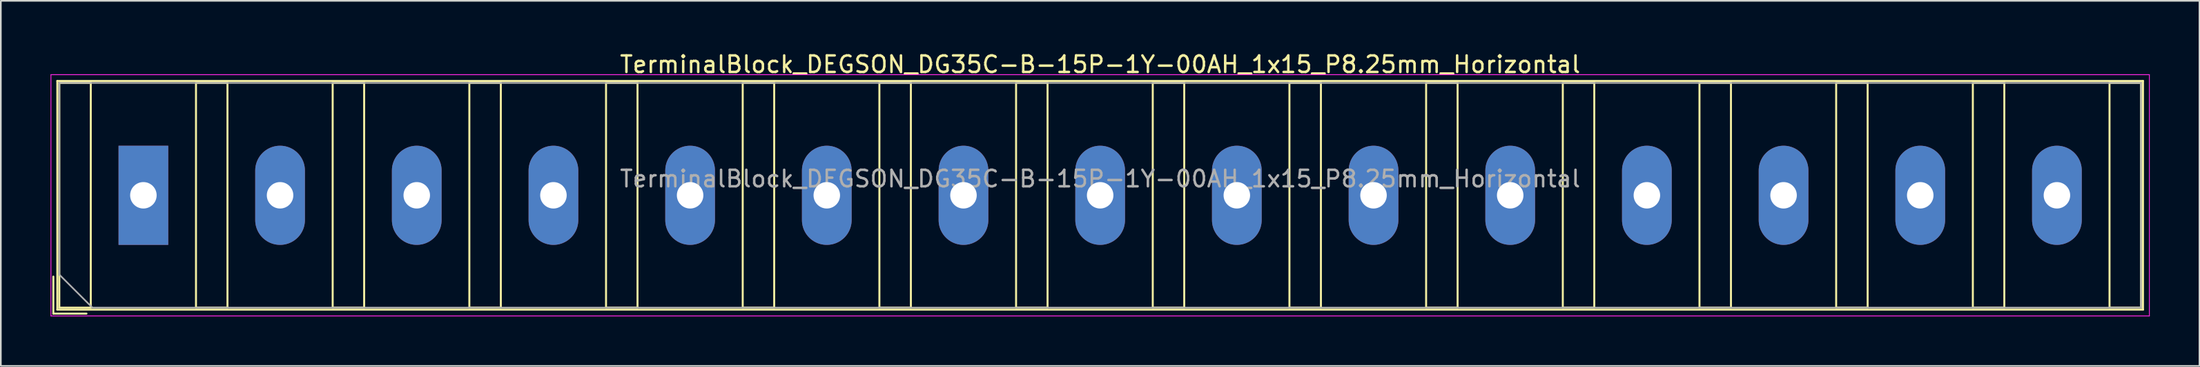
<source format=kicad_pcb>
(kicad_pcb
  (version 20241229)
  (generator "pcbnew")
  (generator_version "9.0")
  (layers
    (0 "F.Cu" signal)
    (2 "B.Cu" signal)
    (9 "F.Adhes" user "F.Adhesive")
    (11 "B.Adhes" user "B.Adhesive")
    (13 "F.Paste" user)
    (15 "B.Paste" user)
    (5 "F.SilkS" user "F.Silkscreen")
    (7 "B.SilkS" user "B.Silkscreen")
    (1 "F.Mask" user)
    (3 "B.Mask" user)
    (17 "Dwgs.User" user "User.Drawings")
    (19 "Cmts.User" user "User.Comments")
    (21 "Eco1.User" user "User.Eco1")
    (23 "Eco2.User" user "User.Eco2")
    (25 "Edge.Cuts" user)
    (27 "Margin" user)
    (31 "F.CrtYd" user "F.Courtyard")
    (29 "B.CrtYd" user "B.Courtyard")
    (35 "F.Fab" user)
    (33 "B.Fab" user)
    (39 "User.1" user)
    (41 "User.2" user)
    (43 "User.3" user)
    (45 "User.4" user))
  (footprint "TerminalBlock_DEGSON_DG35C-B-15P-1Y-00AH_1x15_P8.25mm_Horizontal"
    (layer "F.Cu")
    (at 5.605 8.768)
    (property "Reference" "TerminalBlock_DEGSON_DG35C-B-15P-1Y-00AH_1x15_P8.25mm_Horizontal" (at 57.75 -7.92 0) (layer "F.SilkS") (effects (font (size 1 1) (thickness 0.15))))
    (attr through_hole)
    (fp_line (start -1.98 -3.48) (end -1.98 3.48) (stroke (width 0.01) (type solid)) (layer "F.Mask"))
    (fp_line (start -1.98 3.48) (end 1.98 3.48) (stroke (width 0.01) (type solid)) (layer "F.Mask"))
    (fp_line (start 1.98 -3.48) (end -1.98 -3.48) (stroke (width 0.01) (type solid)) (layer "F.Mask"))
    (fp_line (start 1.98 3.48) (end 1.98 -3.48) (stroke (width 0.01) (type solid)) (layer "F.Mask"))
    (fp_line (start 6.27 -3.48) (end 6.27 3.48) (stroke (width 0.01) (type solid)) (layer "F.Mask"))
    (fp_line (start 6.27 3.48) (end 10.23 3.48) (stroke (width 0.01) (type solid)) (layer "F.Mask"))
    (fp_line (start 10.23 -3.48) (end 6.27 -3.48) (stroke (width 0.01) (type solid)) (layer "F.Mask"))
    (fp_line (start 10.23 3.48) (end 10.23 -3.48) (stroke (width 0.01) (type solid)) (layer "F.Mask"))
    (fp_line (start 14.52 -3.48) (end 14.52 3.48) (stroke (width 0.01) (type solid)) (layer "F.Mask"))
    (fp_line (start 14.52 3.48) (end 18.48 3.48) (stroke (width 0.01) (type solid)) (layer "F.Mask"))
    (fp_line (start 18.48 -3.48) (end 14.52 -3.48) (stroke (width 0.01) (type solid)) (layer "F.Mask"))
    (fp_line (start 18.48 3.48) (end 18.48 -3.48) (stroke (width 0.01) (type solid)) (layer "F.Mask"))
    (fp_line (start 22.77 -3.48) (end 22.77 3.48) (stroke (width 0.01) (type solid)) (layer "F.Mask"))
    (fp_line (start 22.77 3.48) (end 26.73 3.48) (stroke (width 0.01) (type solid)) (layer "F.Mask"))
    (fp_line (start 26.73 -3.48) (end 22.77 -3.48) (stroke (width 0.01) (type solid)) (layer "F.Mask"))
    (fp_line (start 26.73 3.48) (end 26.73 -3.48) (stroke (width 0.01) (type solid)) (layer "F.Mask"))
    (fp_line (start 31.02 -3.48) (end 31.02 3.48) (stroke (width 0.01) (type solid)) (layer "F.Mask"))
    (fp_line (start 31.02 3.48) (end 34.98 3.48) (stroke (width 0.01) (type solid)) (layer "F.Mask"))
    (fp_line (start 34.98 -3.48) (end 31.02 -3.48) (stroke (width 0.01) (type solid)) (layer "F.Mask"))
    (fp_line (start 34.98 3.48) (end 34.98 -3.48) (stroke (width 0.01) (type solid)) (layer "F.Mask"))
    (fp_line (start 39.27 -3.48) (end 39.27 3.48) (stroke (width 0.01) (type solid)) (layer "F.Mask"))
    (fp_line (start 39.27 3.48) (end 43.23 3.48) (stroke (width 0.01) (type solid)) (layer "F.Mask"))
    (fp_line (start 43.23 -3.48) (end 39.27 -3.48) (stroke (width 0.01) (type solid)) (layer "F.Mask"))
    (fp_line (start 43.23 3.48) (end 43.23 -3.48) (stroke (width 0.01) (type solid)) (layer "F.Mask"))
    (fp_line (start 47.52 -3.48) (end 47.52 3.48) (stroke (width 0.01) (type solid)) (layer "F.Mask"))
    (fp_line (start 47.52 3.48) (end 51.48 3.48) (stroke (width 0.01) (type solid)) (layer "F.Mask"))
    (fp_line (start 51.48 -3.48) (end 47.52 -3.48) (stroke (width 0.01) (type solid)) (layer "F.Mask"))
    (fp_line (start 51.48 3.48) (end 51.48 -3.48) (stroke (width 0.01) (type solid)) (layer "F.Mask"))
    (fp_line (start 55.77 -3.48) (end 55.77 3.48) (stroke (width 0.01) (type solid)) (layer "F.Mask"))
    (fp_line (start 55.77 3.48) (end 59.73 3.48) (stroke (width 0.01) (type solid)) (layer "F.Mask"))
    (fp_line (start 59.73 -3.48) (end 55.77 -3.48) (stroke (width 0.01) (type solid)) (layer "F.Mask"))
    (fp_line (start 59.73 3.48) (end 59.73 -3.48) (stroke (width 0.01) (type solid)) (layer "F.Mask"))
    (fp_line (start 64.02 -3.48) (end 64.02 3.48) (stroke (width 0.01) (type solid)) (layer "F.Mask"))
    (fp_line (start 64.02 3.48) (end 67.98 3.48) (stroke (width 0.01) (type solid)) (layer "F.Mask"))
    (fp_line (start 67.98 -3.48) (end 64.02 -3.48) (stroke (width 0.01) (type solid)) (layer "F.Mask"))
    (fp_line (start 67.98 3.48) (end 67.98 -3.48) (stroke (width 0.01) (type solid)) (layer "F.Mask"))
    (fp_line (start 72.27 -3.48) (end 72.27 3.48) (stroke (width 0.01) (type solid)) (layer "F.Mask"))
    (fp_line (start 72.27 3.48) (end 76.23 3.48) (stroke (width 0.01) (type solid)) (layer "F.Mask"))
    (fp_line (start 76.23 -3.48) (end 72.27 -3.48) (stroke (width 0.01) (type solid)) (layer "F.Mask"))
    (fp_line (start 76.23 3.48) (end 76.23 -3.48) (stroke (width 0.01) (type solid)) (layer "F.Mask"))
    (fp_line (start 80.52 -3.48) (end 80.52 3.48) (stroke (width 0.01) (type solid)) (layer "F.Mask"))
    (fp_line (start 80.52 3.48) (end 84.48 3.48) (stroke (width 0.01) (type solid)) (layer "F.Mask"))
    (fp_line (start 84.48 -3.48) (end 80.52 -3.48) (stroke (width 0.01) (type solid)) (layer "F.Mask"))
    (fp_line (start 84.48 3.48) (end 84.48 -3.48) (stroke (width 0.01) (type solid)) (layer "F.Mask"))
    (fp_line (start 88.77 -3.48) (end 88.77 3.48) (stroke (width 0.01) (type solid)) (layer "F.Mask"))
    (fp_line (start 88.77 3.48) (end 92.73 3.48) (stroke (width 0.01) (type solid)) (layer "F.Mask"))
    (fp_line (start 92.73 -3.48) (end 88.77 -3.48) (stroke (width 0.01) (type solid)) (layer "F.Mask"))
    (fp_line (start 92.73 3.48) (end 92.73 -3.48) (stroke (width 0.01) (type solid)) (layer "F.Mask"))
    (fp_line (start 97.02 -3.48) (end 97.02 3.48) (stroke (width 0.01) (type solid)) (layer "F.Mask"))
    (fp_line (start 97.02 3.48) (end 100.98 3.48) (stroke (width 0.01) (type solid)) (layer "F.Mask"))
    (fp_line (start 100.98 -3.48) (end 97.02 -3.48) (stroke (width 0.01) (type solid)) (layer "F.Mask"))
    (fp_line (start 100.98 3.48) (end 100.98 -3.48) (stroke (width 0.01) (type solid)) (layer "F.Mask"))
    (fp_line (start 105.27 -3.48) (end 105.27 3.48) (stroke (width 0.01) (type solid)) (layer "F.Mask"))
    (fp_line (start 105.27 3.48) (end 109.23 3.48) (stroke (width 0.01) (type solid)) (layer "F.Mask"))
    (fp_line (start 109.23 -3.48) (end 105.27 -3.48) (stroke (width 0.01) (type solid)) (layer "F.Mask"))
    (fp_line (start 109.23 3.48) (end 109.23 -3.48) (stroke (width 0.01) (type solid)) (layer "F.Mask"))
    (fp_line (start 113.52 -3.48) (end 113.52 3.48) (stroke (width 0.01) (type solid)) (layer "F.Mask"))
    (fp_line (start 113.52 3.48) (end 117.48 3.48) (stroke (width 0.01) (type solid)) (layer "F.Mask"))
    (fp_line (start 117.48 -3.48) (end 113.52 -3.48) (stroke (width 0.01) (type solid)) (layer "F.Mask"))
    (fp_line (start 117.48 3.48) (end 117.48 -3.48) (stroke (width 0.01) (type solid)) (layer "F.Mask"))
    (fp_line (start -5.435 4.92) (end -5.435 7.16) (stroke (width 0.12) (type solid)) (layer "F.SilkS"))
    (fp_line (start -5.435 7.16) (end -3.435 7.16) (stroke (width 0.12) (type solid)) (layer "F.SilkS"))
    (fp_line (start -5.195 -6.92) (end -5.195 6.92) (stroke (width 0.12) (type solid)) (layer "F.SilkS"))
    (fp_line (start -5.195 -6.92) (end 120.695 -6.92) (stroke (width 0.12) (type solid)) (layer "F.SilkS"))
    (fp_line (start -5.195 6.92) (end 120.695 6.92) (stroke (width 0.12) (type solid)) (layer "F.SilkS"))
    (fp_line (start -5.075 -6.8) (end -5.075 6.8) (stroke (width 0.12) (type solid)) (layer "F.SilkS"))
    (fp_line (start -5.075 6.8) (end -3.175 6.8) (stroke (width 0.12) (type solid)) (layer "F.SilkS"))
    (fp_line (start -3.175 -6.8) (end -5.075 -6.8) (stroke (width 0.12) (type solid)) (layer "F.SilkS"))
    (fp_line (start -3.175 6.8) (end -3.175 -6.8) (stroke (width 0.12) (type solid)) (layer "F.SilkS"))
    (fp_line (start 3.175 -6.8) (end 3.175 6.8) (stroke (width 0.12) (type solid)) (layer "F.SilkS"))
    (fp_line (start 3.175 6.8) (end 5.075 6.8) (stroke (width 0.12) (type solid)) (layer "F.SilkS"))
    (fp_line (start 5.075 -6.8) (end 3.175 -6.8) (stroke (width 0.12) (type solid)) (layer "F.SilkS"))
    (fp_line (start 5.075 6.8) (end 5.075 -6.8) (stroke (width 0.12) (type solid)) (layer "F.SilkS"))
    (fp_line (start 11.425 -6.8) (end 11.425 6.8) (stroke (width 0.12) (type solid)) (layer "F.SilkS"))
    (fp_line (start 11.425 6.8) (end 13.325 6.8) (stroke (width 0.12) (type solid)) (layer "F.SilkS"))
    (fp_line (start 13.325 -6.8) (end 11.425 -6.8) (stroke (width 0.12) (type solid)) (layer "F.SilkS"))
    (fp_line (start 13.325 6.8) (end 13.325 -6.8) (stroke (width 0.12) (type solid)) (layer "F.SilkS"))
    (fp_line (start 19.675 -6.8) (end 19.675 6.8) (stroke (width 0.12) (type solid)) (layer "F.SilkS"))
    (fp_line (start 19.675 6.8) (end 21.575 6.8) (stroke (width 0.12) (type solid)) (layer "F.SilkS"))
    (fp_line (start 21.575 -6.8) (end 19.675 -6.8) (stroke (width 0.12) (type solid)) (layer "F.SilkS"))
    (fp_line (start 21.575 6.8) (end 21.575 -6.8) (stroke (width 0.12) (type solid)) (layer "F.SilkS"))
    (fp_line (start 27.925 -6.8) (end 27.925 6.8) (stroke (width 0.12) (type solid)) (layer "F.SilkS"))
    (fp_line (start 27.925 6.8) (end 29.825 6.8) (stroke (width 0.12) (type solid)) (layer "F.SilkS"))
    (fp_line (start 29.825 -6.8) (end 27.925 -6.8) (stroke (width 0.12) (type solid)) (layer "F.SilkS"))
    (fp_line (start 29.825 6.8) (end 29.825 -6.8) (stroke (width 0.12) (type solid)) (layer "F.SilkS"))
    (fp_line (start 36.175 -6.8) (end 36.175 6.8) (stroke (width 0.12) (type solid)) (layer "F.SilkS"))
    (fp_line (start 36.175 6.8) (end 38.075 6.8) (stroke (width 0.12) (type solid)) (layer "F.SilkS"))
    (fp_line (start 38.075 -6.8) (end 36.175 -6.8) (stroke (width 0.12) (type solid)) (layer "F.SilkS"))
    (fp_line (start 38.075 6.8) (end 38.075 -6.8) (stroke (width 0.12) (type solid)) (layer "F.SilkS"))
    (fp_line (start 44.425 -6.8) (end 44.425 6.8) (stroke (width 0.12) (type solid)) (layer "F.SilkS"))
    (fp_line (start 44.425 6.8) (end 46.325 6.8) (stroke (width 0.12) (type solid)) (layer "F.SilkS"))
    (fp_line (start 46.325 -6.8) (end 44.425 -6.8) (stroke (width 0.12) (type solid)) (layer "F.SilkS"))
    (fp_line (start 46.325 6.8) (end 46.325 -6.8) (stroke (width 0.12) (type solid)) (layer "F.SilkS"))
    (fp_line (start 52.675 -6.8) (end 52.675 6.8) (stroke (width 0.12) (type solid)) (layer "F.SilkS"))
    (fp_line (start 52.675 6.8) (end 54.575 6.8) (stroke (width 0.12) (type solid)) (layer "F.SilkS"))
    (fp_line (start 54.575 -6.8) (end 52.675 -6.8) (stroke (width 0.12) (type solid)) (layer "F.SilkS"))
    (fp_line (start 54.575 6.8) (end 54.575 -6.8) (stroke (width 0.12) (type solid)) (layer "F.SilkS"))
    (fp_line (start 60.925 -6.8) (end 60.925 6.8) (stroke (width 0.12) (type solid)) (layer "F.SilkS"))
    (fp_line (start 60.925 6.8) (end 62.825 6.8) (stroke (width 0.12) (type solid)) (layer "F.SilkS"))
    (fp_line (start 62.825 -6.8) (end 60.925 -6.8) (stroke (width 0.12) (type solid)) (layer "F.SilkS"))
    (fp_line (start 62.825 6.8) (end 62.825 -6.8) (stroke (width 0.12) (type solid)) (layer "F.SilkS"))
    (fp_line (start 69.175 -6.8) (end 69.175 6.8) (stroke (width 0.12) (type solid)) (layer "F.SilkS"))
    (fp_line (start 69.175 6.8) (end 71.075 6.8) (stroke (width 0.12) (type solid)) (layer "F.SilkS"))
    (fp_line (start 71.075 -6.8) (end 69.175 -6.8) (stroke (width 0.12) (type solid)) (layer "F.SilkS"))
    (fp_line (start 71.075 6.8) (end 71.075 -6.8) (stroke (width 0.12) (type solid)) (layer "F.SilkS"))
    (fp_line (start 77.425 -6.8) (end 77.425 6.8) (stroke (width 0.12) (type solid)) (layer "F.SilkS"))
    (fp_line (start 77.425 6.8) (end 79.325 6.8) (stroke (width 0.12) (type solid)) (layer "F.SilkS"))
    (fp_line (start 79.325 -6.8) (end 77.425 -6.8) (stroke (width 0.12) (type solid)) (layer "F.SilkS"))
    (fp_line (start 79.325 6.8) (end 79.325 -6.8) (stroke (width 0.12) (type solid)) (layer "F.SilkS"))
    (fp_line (start 85.675 -6.8) (end 85.675 6.8) (stroke (width 0.12) (type solid)) (layer "F.SilkS"))
    (fp_line (start 85.675 6.8) (end 87.575 6.8) (stroke (width 0.12) (type solid)) (layer "F.SilkS"))
    (fp_line (start 87.575 -6.8) (end 85.675 -6.8) (stroke (width 0.12) (type solid)) (layer "F.SilkS"))
    (fp_line (start 87.575 6.8) (end 87.575 -6.8) (stroke (width 0.12) (type solid)) (layer "F.SilkS"))
    (fp_line (start 93.925 -6.8) (end 93.925 6.8) (stroke (width 0.12) (type solid)) (layer "F.SilkS"))
    (fp_line (start 93.925 6.8) (end 95.825 6.8) (stroke (width 0.12) (type solid)) (layer "F.SilkS"))
    (fp_line (start 95.825 -6.8) (end 93.925 -6.8) (stroke (width 0.12) (type solid)) (layer "F.SilkS"))
    (fp_line (start 95.825 6.8) (end 95.825 -6.8) (stroke (width 0.12) (type solid)) (layer "F.SilkS"))
    (fp_line (start 102.175 -6.8) (end 102.175 6.8) (stroke (width 0.12) (type solid)) (layer "F.SilkS"))
    (fp_line (start 102.175 6.8) (end 104.075 6.8) (stroke (width 0.12) (type solid)) (layer "F.SilkS"))
    (fp_line (start 104.075 -6.8) (end 102.175 -6.8) (stroke (width 0.12) (type solid)) (layer "F.SilkS"))
    (fp_line (start 104.075 6.8) (end 104.075 -6.8) (stroke (width 0.12) (type solid)) (layer "F.SilkS"))
    (fp_line (start 110.425 -6.8) (end 110.425 6.8) (stroke (width 0.12) (type solid)) (layer "F.SilkS"))
    (fp_line (start 110.425 6.8) (end 112.325 6.8) (stroke (width 0.12) (type solid)) (layer "F.SilkS"))
    (fp_line (start 112.325 -6.8) (end 110.425 -6.8) (stroke (width 0.12) (type solid)) (layer "F.SilkS"))
    (fp_line (start 112.325 6.8) (end 112.325 -6.8) (stroke (width 0.12) (type solid)) (layer "F.SilkS"))
    (fp_line (start 118.675 -6.8) (end 118.675 6.8) (stroke (width 0.12) (type solid)) (layer "F.SilkS"))
    (fp_line (start 118.675 6.8) (end 120.575 6.8) (stroke (width 0.12) (type solid)) (layer "F.SilkS"))
    (fp_line (start 120.575 -6.8) (end 118.675 -6.8) (stroke (width 0.12) (type solid)) (layer "F.SilkS"))
    (fp_line (start 120.575 6.8) (end 120.575 -6.8) (stroke (width 0.12) (type solid)) (layer "F.SilkS"))
    (fp_line (start 120.695 -6.92) (end 120.695 6.92) (stroke (width 0.12) (type solid)) (layer "F.SilkS"))
    (fp_line (start -5.58 -7.3) (end -5.58 7.3) (stroke (width 0.05) (type solid)) (layer "F.CrtYd"))
    (fp_line (start -5.58 7.3) (end 121.08 7.3) (stroke (width 0.05) (type solid)) (layer "F.CrtYd"))
    (fp_line (start 121.08 -7.3) (end -5.58 -7.3) (stroke (width 0.05) (type solid)) (layer "F.CrtYd"))
    (fp_line (start 121.08 7.3) (end 121.08 -7.3) (stroke (width 0.05) (type solid)) (layer "F.CrtYd"))
    (fp_line (start -5.075 -6.8) (end 120.575 -6.8) (stroke (width 0.1) (type solid)) (layer "F.Fab"))
    (fp_line (start -5.075 4.8) (end -5.075 -6.8) (stroke (width 0.1) (type solid)) (layer "F.Fab"))
    (fp_line (start -3.075 6.8) (end -5.075 4.8) (stroke (width 0.1) (type solid)) (layer "F.Fab"))
    (fp_line (start 120.575 -6.8) (end 120.575 6.8) (stroke (width 0.1) (type solid)) (layer "F.Fab"))
    (fp_line (start 120.575 6.8) (end -3.075 6.8) (stroke (width 0.1) (type solid)) (layer "F.Fab"))
    (fp_text user "${REFERENCE}" (at 57.75 -1 0) (layer "F.Fab") (effects (font (size 1 1) (thickness 0.15))))
    (pad "1" thru_hole rect (at 0 0) (size 3 6) (drill 1.6) (layers "*.Cu" "*.Mask"))
    (pad "2" thru_hole oval (at 8.25 0) (size 3 6) (drill 1.6) (layers "*.Cu" "*.Mask"))
    (pad "3" thru_hole oval (at 16.5 0) (size 3 6) (drill 1.6) (layers "*.Cu" "*.Mask"))
    (pad "4" thru_hole oval (at 24.75 0) (size 3 6) (drill 1.6) (layers "*.Cu" "*.Mask"))
    (pad "5" thru_hole oval (at 33 0) (size 3 6) (drill 1.6) (layers "*.Cu" "*.Mask"))
    (pad "6" thru_hole oval (at 41.25 0) (size 3 6) (drill 1.6) (layers "*.Cu" "*.Mask"))
    (pad "7" thru_hole oval (at 49.5 0) (size 3 6) (drill 1.6) (layers "*.Cu" "*.Mask"))
    (pad "8" thru_hole oval (at 57.75 0) (size 3 6) (drill 1.6) (layers "*.Cu" "*.Mask"))
    (pad "9" thru_hole oval (at 66 0) (size 3 6) (drill 1.6) (layers "*.Cu" "*.Mask"))
    (pad "10" thru_hole oval (at 74.25 0) (size 3 6) (drill 1.6) (layers "*.Cu" "*.Mask"))
    (pad "11" thru_hole oval (at 82.5 0) (size 3 6) (drill 1.6) (layers "*.Cu" "*.Mask"))
    (pad "12" thru_hole oval (at 90.75 0) (size 3 6) (drill 1.6) (layers "*.Cu" "*.Mask"))
    (pad "13" thru_hole oval (at 99 0) (size 3 6) (drill 1.6) (layers "*.Cu" "*.Mask"))
    (pad "14" thru_hole oval (at 107.25 0) (size 3 6) (drill 1.6) (layers "*.Cu" "*.Mask"))
    (pad "15" thru_hole oval (at 115.5 0) (size 3 6) (drill 1.6) (layers "*.Cu" "*.Mask")))
  (gr_rect
    (start -3 -3)
    (end 129.71 19.093)
    (stroke (width 0.1) (type default))
    (fill no)
    (layer "Edge.Cuts")))
</source>
